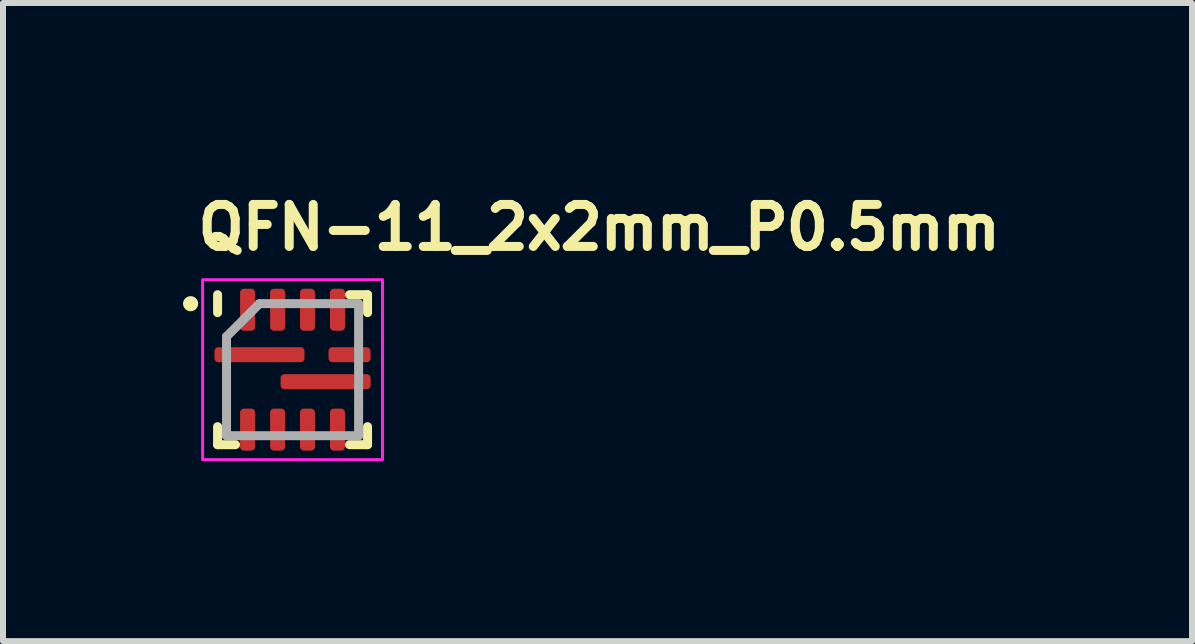
<source format=kicad_pcb>
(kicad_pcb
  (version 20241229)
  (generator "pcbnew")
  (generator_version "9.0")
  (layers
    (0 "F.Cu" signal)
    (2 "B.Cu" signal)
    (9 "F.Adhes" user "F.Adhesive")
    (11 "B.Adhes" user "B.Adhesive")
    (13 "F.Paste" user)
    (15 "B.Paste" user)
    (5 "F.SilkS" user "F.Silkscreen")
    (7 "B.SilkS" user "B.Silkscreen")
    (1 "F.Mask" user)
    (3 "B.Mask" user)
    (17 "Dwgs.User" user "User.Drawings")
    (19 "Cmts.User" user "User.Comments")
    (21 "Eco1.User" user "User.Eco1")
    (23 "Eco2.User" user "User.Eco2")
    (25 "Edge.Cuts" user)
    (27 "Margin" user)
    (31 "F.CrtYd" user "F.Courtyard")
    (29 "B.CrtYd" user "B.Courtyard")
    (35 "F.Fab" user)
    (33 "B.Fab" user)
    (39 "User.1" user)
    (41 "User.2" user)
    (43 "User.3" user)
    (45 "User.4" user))
  (footprint "QFN-11_2x2mm_P0.5mm"
    (layer "F.Cu")
    (at 1.826 3.111)
    (property "Reference" "QFN-11_2x2mm_P0.5mm" (at -1.655 -1.961 0) (unlocked yes) (layer "F.SilkS") (effects (font (size 0.7 0.7) (thickness 0.15)) (justify left bottom)))
    (attr smd)
    (fp_line (start -1.25 -0.951) (end -1.25 -1.25) (stroke (width 0.15) (type solid)) (layer "F.SilkS"))
    (fp_line (start -1.25 1.249) (end -1.25 0.949) (stroke (width 0.15) (type solid)) (layer "F.SilkS"))
    (fp_line (start -0.951 1.249) (end -1.25 1.249) (stroke (width 0.15) (type solid)) (layer "F.SilkS"))
    (fp_line (start 0.949 -1.25) (end 1.249 -1.25) (stroke (width 0.15) (type solid)) (layer "F.SilkS"))
    (fp_line (start 1.249 -1.25) (end 1.249 -0.951) (stroke (width 0.15) (type solid)) (layer "F.SilkS"))
    (fp_line (start 1.249 0.949) (end 1.249 1.249) (stroke (width 0.15) (type solid)) (layer "F.SilkS"))
    (fp_line (start 1.249 1.249) (end 0.949 1.249) (stroke (width 0.15) (type solid)) (layer "F.SilkS"))
    (fp_circle (center -1.7 -1.1) (end -1.649 -1.1) (stroke (width 0.15) (type solid)) (fill yes) (layer "F.SilkS"))
    (fp_rect (start -1.5 -1.5) (end 1.498 1.498) (stroke (width 0.05) (type solid)) (fill no) (layer "F.CrtYd"))
    (fp_line (start -1.101 1.1) (end -1.101 -0.552) (stroke (width 0.15) (type solid)) (layer "F.Fab"))
    (fp_line (start -0.552 -1.101) (end -1.101 -0.552) (stroke (width 0.15) (type solid)) (layer "F.Fab"))
    (fp_line (start -0.552 -1.101) (end 1.1 -1.101) (stroke (width 0.15) (type solid)) (layer "F.Fab"))
    (fp_line (start 1.1 -1.101) (end 1.1 1.1) (stroke (width 0.15) (type solid)) (layer "F.Fab"))
    (fp_line (start 1.1 1.1) (end -1.101 1.1) (stroke (width 0.15) (type solid)) (layer "F.Fab"))
    (fp_rect (start -1 -1) (end 0.998 0.998) (stroke (width 0.1) (type solid)) (fill no) (layer "User.5"))
    (fp_line (start -1 -1) (end -1 0.998) (stroke (width 0.02) (type solid)) (layer "User.9"))
    (fp_line (start -1 0.998) (end 0.998 0.998) (stroke (width 0.02) (type solid)) (layer "User.9"))
    (fp_line (start -0.826 -0.669) (end -0.826 -0.663) (stroke (width 0.02) (type solid)) (layer "User.9"))
    (fp_line (start -0.826 -0.663) (end -0.826 -0.657) (stroke (width 0.02) (type solid)) (layer "User.9"))
    (fp_line (start -0.826 -0.657) (end -0.826 -0.652) (stroke (width 0.02) (type solid)) (layer "User.9"))
    (fp_line (start -0.826 -0.652) (end -0.826 -0.639) (stroke (width 0.02) (type solid)) (layer "User.9"))
    (fp_line (start -0.826 -0.639) (end -0.825 -0.627) (stroke (width 0.02) (type solid)) (layer "User.9"))
    (fp_line (start -0.825 -0.675) (end -0.826 -0.669) (stroke (width 0.02) (type solid)) (layer "User.9"))
    (fp_line (start -0.825 -0.627) (end -0.823 -0.616) (stroke (width 0.02) (type solid)) (layer "User.9"))
    (fp_line (start -0.824 -0.68) (end -0.825 -0.675) (stroke (width 0.02) (type solid)) (layer "User.9"))
    (fp_line (start -0.823 -0.686) (end -0.824 -0.68) (stroke (width 0.02) (type solid)) (layer "User.9"))
    (fp_line (start -0.823 -0.616) (end -0.82 -0.605) (stroke (width 0.02) (type solid)) (layer "User.9"))
    (fp_line (start -0.822 -0.692) (end -0.823 -0.686) (stroke (width 0.02) (type solid)) (layer "User.9"))
    (fp_line (start -0.82 -0.697) (end -0.822 -0.692) (stroke (width 0.02) (type solid)) (layer "User.9"))
    (fp_line (start -0.82 -0.605) (end -0.817 -0.594) (stroke (width 0.02) (type solid)) (layer "User.9"))
    (fp_line (start -0.819 -0.703) (end -0.82 -0.697) (stroke (width 0.02) (type solid)) (layer "User.9"))
    (fp_line (start -0.817 -0.707) (end -0.819 -0.703) (stroke (width 0.02) (type solid)) (layer "User.9"))
    (fp_line (start -0.817 -0.594) (end -0.813 -0.583) (stroke (width 0.02) (type solid)) (layer "User.9"))
    (fp_line (start -0.815 -0.712) (end -0.817 -0.707) (stroke (width 0.02) (type solid)) (layer "User.9"))
    (fp_line (start -0.813 -0.718) (end -0.815 -0.712) (stroke (width 0.02) (type solid)) (layer "User.9"))
    (fp_line (start -0.813 -0.583) (end -0.808 -0.574) (stroke (width 0.02) (type solid)) (layer "User.9"))
    (fp_line (start -0.811 -0.723) (end -0.813 -0.718) (stroke (width 0.02) (type solid)) (layer "User.9"))
    (fp_line (start -0.808 -0.728) (end -0.811 -0.723) (stroke (width 0.02) (type solid)) (layer "User.9"))
    (fp_line (start -0.808 -0.574) (end -0.803 -0.564) (stroke (width 0.02) (type solid)) (layer "User.9"))
    (fp_line (start -0.806 -0.733) (end -0.808 -0.728) (stroke (width 0.02) (type solid)) (layer "User.9"))
    (fp_line (start -0.803 -0.738) (end -0.806 -0.733) (stroke (width 0.02) (type solid)) (layer "User.9"))
    (fp_line (start -0.803 -0.564) (end -0.797 -0.554) (stroke (width 0.02) (type solid)) (layer "User.9"))
    (fp_line (start -0.8 -0.743) (end -0.803 -0.738) (stroke (width 0.02) (type solid)) (layer "User.9"))
    (fp_line (start -0.797 -0.748) (end -0.8 -0.743) (stroke (width 0.02) (type solid)) (layer "User.9"))
    (fp_line (start -0.797 -0.554) (end -0.79 -0.545) (stroke (width 0.02) (type solid)) (layer "User.9"))
    (fp_line (start -0.794 -0.752) (end -0.797 -0.748) (stroke (width 0.02) (type solid)) (layer "User.9"))
    (fp_line (start -0.79 -0.757) (end -0.794 -0.752) (stroke (width 0.02) (type solid)) (layer "User.9"))
    (fp_line (start -0.79 -0.545) (end -0.783 -0.536) (stroke (width 0.02) (type solid)) (layer "User.9"))
    (fp_line (start -0.787 -0.761) (end -0.79 -0.757) (stroke (width 0.02) (type solid)) (layer "User.9"))
    (fp_line (start -0.783 -0.766) (end -0.787 -0.761) (stroke (width 0.02) (type solid)) (layer "User.9"))
    (fp_line (start -0.783 -0.536) (end -0.776 -0.528) (stroke (width 0.02) (type solid)) (layer "User.9"))
    (fp_line (start -0.779 -0.771) (end -0.783 -0.766) (stroke (width 0.02) (type solid)) (layer "User.9"))
    (fp_line (start -0.776 -0.775) (end -0.779 -0.771) (stroke (width 0.02) (type solid)) (layer "User.9"))
    (fp_line (start -0.776 -0.528) (end -0.766 -0.52) (stroke (width 0.02) (type solid)) (layer "User.9"))
    (fp_line (start -0.771 -0.779) (end -0.776 -0.775) (stroke (width 0.02) (type solid)) (layer "User.9"))
    (fp_line (start -0.766 -0.783) (end -0.771 -0.779) (stroke (width 0.02) (type solid)) (layer "User.9"))
    (fp_line (start -0.766 -0.52) (end -0.757 -0.512) (stroke (width 0.02) (type solid)) (layer "User.9"))
    (fp_line (start -0.762 -0.787) (end -0.766 -0.783) (stroke (width 0.02) (type solid)) (layer "User.9"))
    (fp_line (start -0.757 -0.79) (end -0.762 -0.787) (stroke (width 0.02) (type solid)) (layer "User.9"))
    (fp_line (start -0.757 -0.512) (end -0.748 -0.505) (stroke (width 0.02) (type solid)) (layer "User.9"))
    (fp_line (start -0.753 -0.794) (end -0.757 -0.79) (stroke (width 0.02) (type solid)) (layer "User.9"))
    (fp_line (start -0.748 -0.797) (end -0.753 -0.794) (stroke (width 0.02) (type solid)) (layer "User.9"))
    (fp_line (start -0.748 -0.505) (end -0.738 -0.499) (stroke (width 0.02) (type solid)) (layer "User.9"))
    (fp_line (start -0.743 -0.8) (end -0.748 -0.797) (stroke (width 0.02) (type solid)) (layer "User.9"))
    (fp_line (start -0.738 -0.803) (end -0.743 -0.8) (stroke (width 0.02) (type solid)) (layer "User.9"))
    (fp_line (start -0.738 -0.803) (end -0.738 -0.803) (stroke (width 0.02) (type solid)) (layer "User.9"))
    (fp_line (start -0.738 -0.499) (end -0.738 -0.499) (stroke (width 0.02) (type solid)) (layer "User.9"))
    (fp_line (start -0.738 -0.499) (end -0.728 -0.493) (stroke (width 0.02) (type solid)) (layer "User.9"))
    (fp_line (start -0.728 -0.809) (end -0.738 -0.803) (stroke (width 0.02) (type solid)) (layer "User.9"))
    (fp_line (start -0.728 -0.493) (end -0.717 -0.489) (stroke (width 0.02) (type solid)) (layer "User.9"))
    (fp_line (start -0.717 -0.813) (end -0.728 -0.809) (stroke (width 0.02) (type solid)) (layer "User.9"))
    (fp_line (start -0.717 -0.489) (end -0.706 -0.485) (stroke (width 0.02) (type solid)) (layer "User.9"))
    (fp_line (start -0.706 -0.817) (end -0.717 -0.813) (stroke (width 0.02) (type solid)) (layer "User.9"))
    (fp_line (start -0.706 -0.485) (end -0.696 -0.481) (stroke (width 0.02) (type solid)) (layer "User.9"))
    (fp_line (start -0.696 -0.821) (end -0.706 -0.817) (stroke (width 0.02) (type solid)) (layer "User.9"))
    (fp_line (start -0.696 -0.481) (end -0.685 -0.48) (stroke (width 0.02) (type solid)) (layer "User.9"))
    (fp_line (start -0.685 -0.823) (end -0.696 -0.821) (stroke (width 0.02) (type solid)) (layer "User.9"))
    (fp_line (start -0.685 -0.48) (end -0.674 -0.478) (stroke (width 0.02) (type solid)) (layer "User.9"))
    (fp_line (start -0.674 -0.825) (end -0.685 -0.823) (stroke (width 0.02) (type solid)) (layer "User.9"))
    (fp_line (start -0.674 -0.478) (end -0.663 -0.477) (stroke (width 0.02) (type solid)) (layer "User.9"))
    (fp_line (start -0.663 -0.826) (end -0.674 -0.825) (stroke (width 0.02) (type solid)) (layer "User.9"))
    (fp_line (start -0.663 -0.477) (end -0.652 -0.476) (stroke (width 0.02) (type solid)) (layer "User.9"))
    (fp_line (start -0.652 -0.826) (end -0.663 -0.826) (stroke (width 0.02) (type solid)) (layer "User.9"))
    (fp_line (start -0.652 -0.476) (end -0.639 -0.477) (stroke (width 0.02) (type solid)) (layer "User.9"))
    (fp_line (start -0.639 -0.826) (end -0.652 -0.826) (stroke (width 0.02) (type solid)) (layer "User.9"))
    (fp_line (start -0.639 -0.477) (end -0.628 -0.478) (stroke (width 0.02) (type solid)) (layer "User.9"))
    (fp_line (start -0.628 -0.825) (end -0.639 -0.826) (stroke (width 0.02) (type solid)) (layer "User.9"))
    (fp_line (start -0.628 -0.478) (end -0.617 -0.48) (stroke (width 0.02) (type solid)) (layer "User.9"))
    (fp_line (start -0.617 -0.823) (end -0.628 -0.825) (stroke (width 0.02) (type solid)) (layer "User.9"))
    (fp_line (start -0.617 -0.48) (end -0.606 -0.481) (stroke (width 0.02) (type solid)) (layer "User.9"))
    (fp_line (start -0.606 -0.821) (end -0.617 -0.823) (stroke (width 0.02) (type solid)) (layer "User.9"))
    (fp_line (start -0.606 -0.481) (end -0.595 -0.485) (stroke (width 0.02) (type solid)) (layer "User.9"))
    (fp_line (start -0.595 -0.817) (end -0.606 -0.821) (stroke (width 0.02) (type solid)) (layer "User.9"))
    (fp_line (start -0.595 -0.485) (end -0.584 -0.489) (stroke (width 0.02) (type solid)) (layer "User.9"))
    (fp_line (start -0.584 -0.813) (end -0.595 -0.817) (stroke (width 0.02) (type solid)) (layer "User.9"))
    (fp_line (start -0.584 -0.489) (end -0.574 -0.493) (stroke (width 0.02) (type solid)) (layer "User.9"))
    (fp_line (start -0.574 -0.809) (end -0.584 -0.813) (stroke (width 0.02) (type solid)) (layer "User.9"))
    (fp_line (start -0.574 -0.493) (end -0.564 -0.499) (stroke (width 0.02) (type solid)) (layer "User.9"))
    (fp_line (start -0.564 -0.803) (end -0.574 -0.809) (stroke (width 0.02) (type solid)) (layer "User.9"))
    (fp_line (start -0.564 -0.803) (end -0.564 -0.803) (stroke (width 0.02) (type solid)) (layer "User.9"))
    (fp_line (start -0.564 -0.499) (end -0.564 -0.499) (stroke (width 0.02) (type solid)) (layer "User.9"))
    (fp_line (start -0.564 -0.499) (end -0.559 -0.502) (stroke (width 0.02) (type solid)) (layer "User.9"))
    (fp_line (start -0.559 -0.502) (end -0.554 -0.505) (stroke (width 0.02) (type solid)) (layer "User.9"))
    (fp_line (start -0.554 -0.797) (end -0.564 -0.803) (stroke (width 0.02) (type solid)) (layer "User.9"))
    (fp_line (start -0.554 -0.505) (end -0.549 -0.508) (stroke (width 0.02) (type solid)) (layer "User.9"))
    (fp_line (start -0.549 -0.508) (end -0.545 -0.512) (stroke (width 0.02) (type solid)) (layer "User.9"))
    (fp_line (start -0.545 -0.79) (end -0.554 -0.797) (stroke (width 0.02) (type solid)) (layer "User.9"))
    (fp_line (start -0.545 -0.512) (end -0.54 -0.516) (stroke (width 0.02) (type solid)) (layer "User.9"))
    (fp_line (start -0.54 -0.516) (end -0.536 -0.52) (stroke (width 0.02) (type solid)) (layer "User.9"))
    (fp_line (start -0.536 -0.783) (end -0.545 -0.79) (stroke (width 0.02) (type solid)) (layer "User.9"))
    (fp_line (start -0.536 -0.52) (end -0.532 -0.524) (stroke (width 0.02) (type solid)) (layer "User.9"))
    (fp_line (start -0.532 -0.524) (end -0.527 -0.528) (stroke (width 0.02) (type solid)) (layer "User.9"))
    (fp_line (start -0.527 -0.775) (end -0.536 -0.783) (stroke (width 0.02) (type solid)) (layer "User.9"))
    (fp_line (start -0.527 -0.528) (end -0.524 -0.532) (stroke (width 0.02) (type solid)) (layer "User.9"))
    (fp_line (start -0.524 -0.532) (end -0.52 -0.536) (stroke (width 0.02) (type solid)) (layer "User.9"))
    (fp_line (start -0.52 -0.766) (end -0.527 -0.775) (stroke (width 0.02) (type solid)) (layer "User.9"))
    (fp_line (start -0.52 -0.536) (end -0.516 -0.541) (stroke (width 0.02) (type solid)) (layer "User.9"))
    (fp_line (start -0.516 -0.541) (end -0.512 -0.545) (stroke (width 0.02) (type solid)) (layer "User.9"))
    (fp_line (start -0.512 -0.757) (end -0.52 -0.766) (stroke (width 0.02) (type solid)) (layer "User.9"))
    (fp_line (start -0.512 -0.545) (end -0.508 -0.55) (stroke (width 0.02) (type solid)) (layer "User.9"))
    (fp_line (start -0.508 -0.55) (end -0.505 -0.554) (stroke (width 0.02) (type solid)) (layer "User.9"))
    (fp_line (start -0.505 -0.748) (end -0.512 -0.757) (stroke (width 0.02) (type solid)) (layer "User.9"))
    (fp_line (start -0.505 -0.554) (end -0.502 -0.559) (stroke (width 0.02) (type solid)) (layer "User.9"))
    (fp_line (start -0.502 -0.559) (end -0.499 -0.564) (stroke (width 0.02) (type solid)) (layer "User.9"))
    (fp_line (start -0.499 -0.738) (end -0.505 -0.748) (stroke (width 0.02) (type solid)) (layer "User.9"))
    (fp_line (start -0.499 -0.564) (end -0.496 -0.569) (stroke (width 0.02) (type solid)) (layer "User.9"))
    (fp_line (start -0.496 -0.569) (end -0.494 -0.574) (stroke (width 0.02) (type solid)) (layer "User.9"))
    (fp_line (start -0.494 -0.728) (end -0.499 -0.738) (stroke (width 0.02) (type solid)) (layer "User.9"))
    (fp_line (start -0.494 -0.574) (end -0.491 -0.578) (stroke (width 0.02) (type solid)) (layer "User.9"))
    (fp_line (start -0.491 -0.578) (end -0.489 -0.583) (stroke (width 0.02) (type solid)) (layer "User.9"))
    (fp_line (start -0.489 -0.718) (end -0.494 -0.728) (stroke (width 0.02) (type solid)) (layer "User.9"))
    (fp_line (start -0.489 -0.583) (end -0.487 -0.589) (stroke (width 0.02) (type solid)) (layer "User.9"))
    (fp_line (start -0.487 -0.589) (end -0.485 -0.594) (stroke (width 0.02) (type solid)) (layer "User.9"))
    (fp_line (start -0.485 -0.707) (end -0.489 -0.718) (stroke (width 0.02) (type solid)) (layer "User.9"))
    (fp_line (start -0.485 -0.594) (end -0.483 -0.599) (stroke (width 0.02) (type solid)) (layer "User.9"))
    (fp_line (start -0.483 -0.599) (end -0.482 -0.605) (stroke (width 0.02) (type solid)) (layer "User.9"))
    (fp_line (start -0.482 -0.697) (end -0.485 -0.707) (stroke (width 0.02) (type solid)) (layer "User.9"))
    (fp_line (start -0.482 -0.605) (end -0.48 -0.61) (stroke (width 0.02) (type solid)) (layer "User.9"))
    (fp_line (start -0.48 -0.686) (end -0.482 -0.697) (stroke (width 0.02) (type solid)) (layer "User.9"))
    (fp_line (start -0.48 -0.616) (end -0.479 -0.622) (stroke (width 0.02) (type solid)) (layer "User.9"))
    (fp_line (start -0.48 -0.61) (end -0.48 -0.616) (stroke (width 0.02) (type solid)) (layer "User.9"))
    (fp_line (start -0.479 -0.622) (end -0.478 -0.627) (stroke (width 0.02) (type solid)) (layer "User.9"))
    (fp_line (start -0.478 -0.675) (end -0.48 -0.686) (stroke (width 0.02) (type solid)) (layer "User.9"))
    (fp_line (start -0.478 -0.627) (end -0.477 -0.633) (stroke (width 0.02) (type solid)) (layer "User.9"))
    (fp_line (start -0.477 -0.663) (end -0.478 -0.675) (stroke (width 0.02) (type solid)) (layer "User.9"))
    (fp_line (start -0.477 -0.646) (end -0.476 -0.652) (stroke (width 0.02) (type solid)) (layer "User.9"))
    (fp_line (start -0.477 -0.639) (end -0.477 -0.646) (stroke (width 0.02) (type solid)) (layer "User.9"))
    (fp_line (start -0.477 -0.633) (end -0.477 -0.639) (stroke (width 0.02) (type solid)) (layer "User.9"))
    (fp_line (start -0.476 -0.652) (end -0.477 -0.663) (stroke (width 0.02) (type solid)) (layer "User.9"))
    (fp_line (start 0.998 -1) (end -1 -1) (stroke (width 0.02) (type solid)) (layer "User.9"))
    (fp_line (start 0.998 0.998) (end 0.998 -1) (stroke (width 0.02) (type solid)) (layer "User.9"))
    (pad "1" smd roundrect (at -0.552 -0.25 180) (size 1.5 0.25) (layers "F.Cu" "F.Mask" "F.Paste") (roundrect_rratio 0.25))
    (pad "2" smd roundrect (at -0.75 0.998 90) (size 0.7 0.25) (layers "F.Cu" "F.Mask" "F.Paste") (roundrect_rratio 0.25))
    (pad "3" smd roundrect (at -0.25 0.998 90) (size 0.7 0.25) (layers "F.Cu" "F.Mask" "F.Paste") (roundrect_rratio 0.25))
    (pad "4" smd roundrect (at 0.248 0.998 90) (size 0.7 0.25) (layers "F.Cu" "F.Mask" "F.Paste") (roundrect_rratio 0.25))
    (pad "5" smd roundrect (at 0.748 0.998 90) (size 0.7 0.25) (layers "F.Cu" "F.Mask" "F.Paste") (roundrect_rratio 0.25))
    (pad "6" smd roundrect (at 0.55 0.2 180) (size 1.5 0.25) (layers "F.Cu" "F.Mask" "F.Paste") (roundrect_rratio 0.25))
    (pad "7" smd roundrect (at 0.949 -0.25 180) (size 0.7 0.25) (layers "F.Cu" "F.Mask" "F.Paste") (roundrect_rratio 0.25))
    (pad "8" smd roundrect (at 0.748 -1 90) (size 0.7 0.25) (layers "F.Cu" "F.Mask" "F.Paste") (roundrect_rratio 0.25))
    (pad "9" smd roundrect (at 0.248 -1 90) (size 0.7 0.25) (layers "F.Cu" "F.Mask" "F.Paste") (roundrect_rratio 0.25))
    (pad "10" smd roundrect (at -0.25 -1 90) (size 0.7 0.25) (layers "F.Cu" "F.Mask" "F.Paste") (roundrect_rratio 0.25))
    (pad "11" smd roundrect (at -0.75 -1 90) (size 0.7 0.25) (layers "F.Cu" "F.Mask" "F.Paste") (roundrect_rratio 0.25)))
  (gr_rect
    (start -3 -3)
    (end 16.814 7.634)
    (stroke (width 0.1) (type default))
    (fill no)
    (layer "Edge.Cuts")))
</source>
